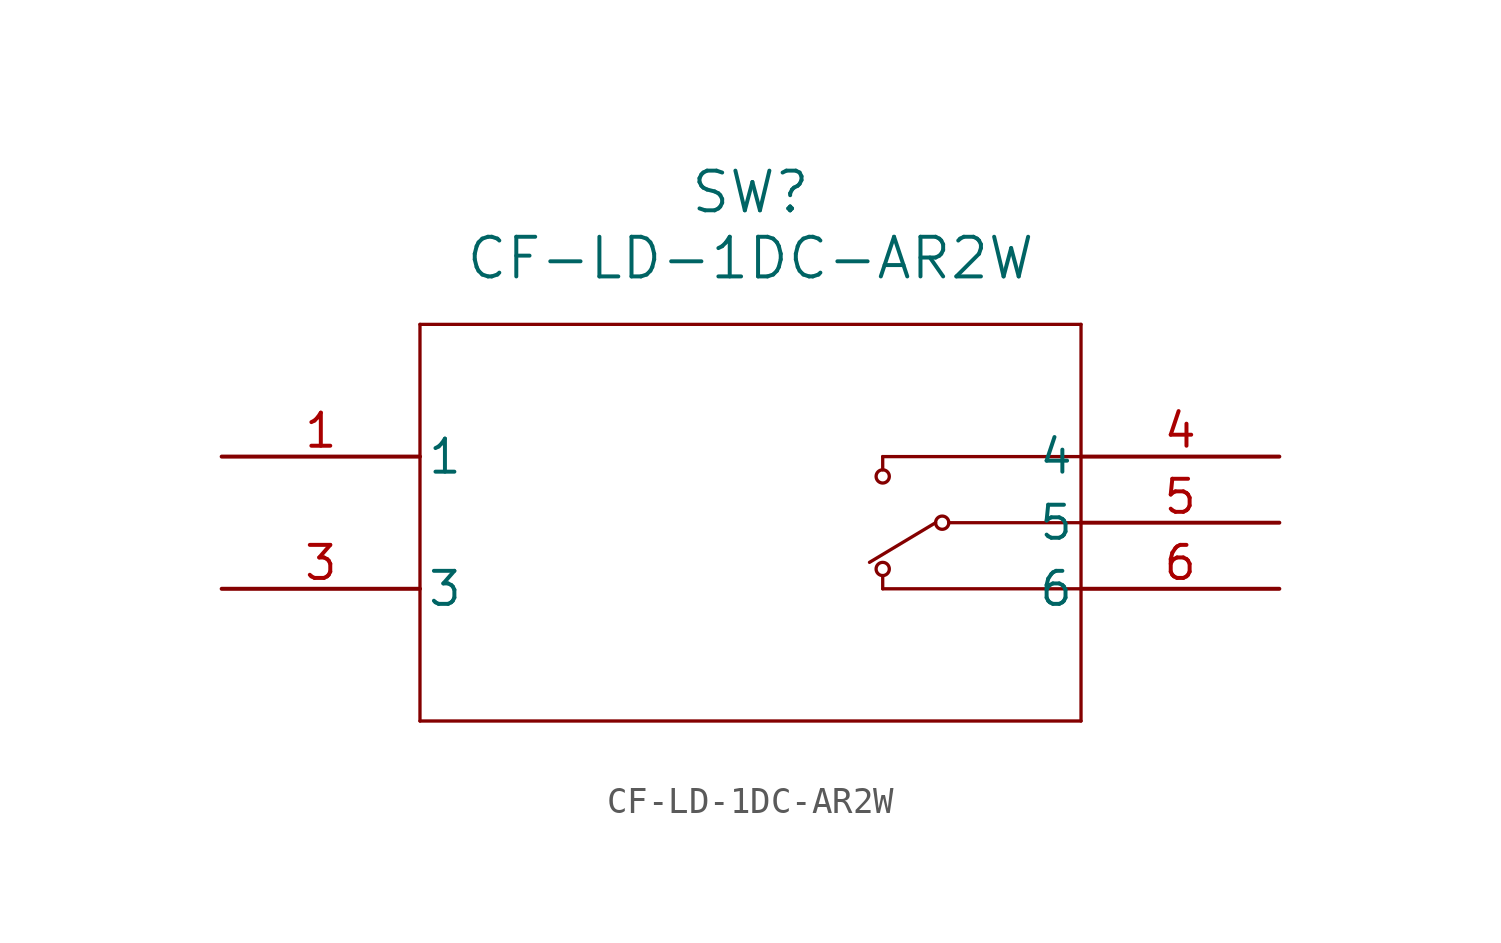
<source format=kicad_sym>
(kicad_symbol_lib
  (version 20211014)
  (generator kicad_symbol_editor)
  (symbol "CF-LD-1DC-AR2W"
    (pin_names
      (offset 0.254))
    (property "Reference" "SW"
      (at 20.32 10.16 0)
      (effects (font (size 1.524 1.524))))
    (property "Value" "CF-LD-1DC-AR2W"
      (at 20.32 7.62 0)
      (effects (font (size 1.524 1.524))))
    (symbol "CF-LD-1DC-AR2W_0_1"
      (polyline (pts (xy 7.62 5.08) (xy 7.62 -10.16)) (stroke (width 0.127) (type default) (color 0 0 0 0)) (fill (type none)))
      (polyline (pts (xy 7.62 -10.16) (xy 33.02 -10.16)) (stroke (width 0.127) (type default) (color 0 0 0 0)) (fill (type none)))
      (polyline (pts (xy 33.02 -10.16) (xy 33.02 5.08)) (stroke (width 0.127) (type default) (color 0 0 0 0)) (fill (type none)))
      (polyline (pts (xy 33.02 5.08) (xy 7.62 5.08)) (stroke (width 0.127) (type default) (color 0 0 0 0)) (fill (type none)))
      (polyline (pts (xy 33.02 -2.54) (xy 27.94 -2.54)) (stroke (width 0.127) (type default) (color 0 0 0 0)) (fill (type none)))
      (polyline (pts (xy 33.02 -5.08) (xy 25.4 -5.08)) (stroke (width 0.127) (type default) (color 0 0 0 0)) (fill (type none)))
      (polyline (pts (xy 33.02 0) (xy 25.4 0)) (stroke (width 0.127) (type default) (color 0 0 0 0)) (fill (type none)))
      (polyline (pts (xy 25.4 -5.08) (xy 25.4 -4.572)) (stroke (width 0.127) (type default) (color 0 0 0 0)) (fill (type none)))
      (polyline (pts (xy 25.4 -0.508) (xy 25.4 0)) (stroke (width 0.127) (type default) (color 0 0 0 0)) (fill (type none)))
      (circle (center 27.686 -2.54) (radius 0.254) (stroke (width 0.127) (type default) (color 0 0 0 0)) (fill (type none)))
      (circle (center 25.4 -4.318) (radius 0.254) (stroke (width 0.127) (type default) (color 0 0 0 0)) (fill (type none)))
      (circle (center 25.4 -0.762) (radius 0.254) (stroke (width 0.127) (type default) (color 0 0 0 0)) (fill (type none)))
      (polyline (pts (xy 27.432 -2.54) (xy 24.892 -4.064)) (stroke (width 0.127) (type default) (color 0 0 0 0)) (fill (type none)))
      (pin unspecified line (at 0 0 0) (length 7.62) (name "1" (effects (font (size 1.27 1.27)))) (number "1" (effects (font (size 1.27 1.27)))))
      (pin unspecified line (at 0 -5.08 0) (length 7.62) (name "3" (effects (font (size 1.27 1.27)))) (number "3" (effects (font (size 1.27 1.27)))))
      (pin unspecified line (at 40.64 0 180) (length 7.62) (name "4" (effects (font (size 1.27 1.27)))) (number "4" (effects (font (size 1.27 1.27)))))
      (pin unspecified line (at 40.64 -2.54 180) (length 7.62) (name "5" (effects (font (size 1.27 1.27)))) (number "5" (effects (font (size 1.27 1.27)))))
      (pin unspecified line (at 40.64 -5.08 180) (length 7.62) (name "6" (effects (font (size 1.27 1.27)))) (number "6" (effects (font (size 1.27 1.27))))))))
</source>
